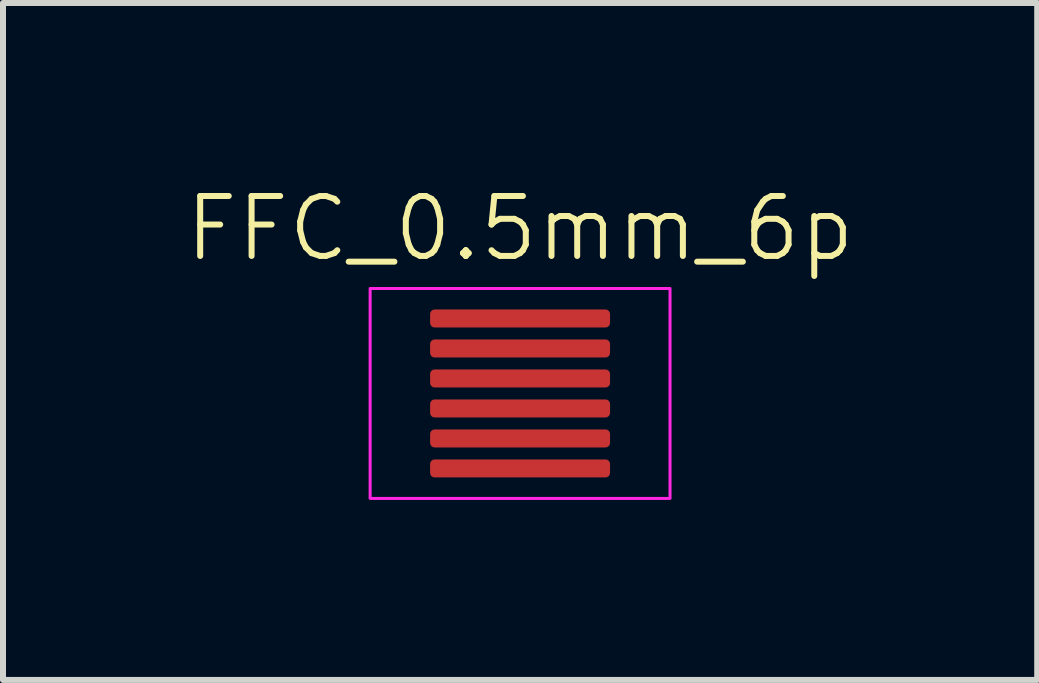
<source format=kicad_pcb>
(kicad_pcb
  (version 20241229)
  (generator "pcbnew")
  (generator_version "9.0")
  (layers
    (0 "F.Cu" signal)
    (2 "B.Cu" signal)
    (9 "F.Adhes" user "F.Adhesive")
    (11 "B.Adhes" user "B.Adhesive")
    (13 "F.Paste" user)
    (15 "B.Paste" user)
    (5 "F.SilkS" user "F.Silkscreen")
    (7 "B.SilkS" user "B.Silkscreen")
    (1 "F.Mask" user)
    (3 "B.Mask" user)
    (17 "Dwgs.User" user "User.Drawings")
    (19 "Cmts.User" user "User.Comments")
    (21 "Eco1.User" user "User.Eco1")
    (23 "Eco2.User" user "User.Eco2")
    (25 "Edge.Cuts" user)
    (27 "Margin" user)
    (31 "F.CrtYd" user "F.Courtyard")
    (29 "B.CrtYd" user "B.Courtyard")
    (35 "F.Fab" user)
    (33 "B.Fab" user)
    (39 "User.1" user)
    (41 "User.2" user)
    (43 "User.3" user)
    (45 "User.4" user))
  (footprint "FFC_0.5mm_6p"
    (layer "F.Cu")
    (at 5.621 2.26)
    (property "Reference" "FFC_0.5mm_6p" (at 0 -1.5 0) (unlocked yes) (layer "F.SilkS") (effects (font (size 1 1) (thickness 0.1))))
    (attr exclude_from_pos_files exclude_from_bom)
    (fp_rect (start -2.5 -0.5) (end 2.5 3) (stroke (width 0.05) (type default)) (fill no) (layer "F.CrtYd"))
    (pad "1" smd roundrect (at 0 0) (size 3 0.3) (layers "F.Cu" "F.Mask") (roundrect_rratio 0.25))
    (pad "2" smd roundrect (at 0 0.5) (size 3 0.3) (layers "F.Cu" "F.Mask") (roundrect_rratio 0.25))
    (pad "3" smd roundrect (at 0 1) (size 3 0.3) (layers "F.Cu" "F.Mask") (roundrect_rratio 0.25))
    (pad "4" smd roundrect (at 0 1.5) (size 3 0.3) (layers "F.Cu" "F.Mask") (roundrect_rratio 0.25))
    (pad "5" smd roundrect (at 0 2) (size 3 0.3) (layers "F.Cu" "F.Mask") (roundrect_rratio 0.25))
    (pad "6" smd roundrect (at 0 2.5) (size 3 0.3) (layers "F.Cu" "F.Mask") (roundrect_rratio 0.25)))
  (gr_rect
    (start -3 -3)
    (end 14.243 8.286)
    (stroke (width 0.1) (type default))
    (fill no)
    (layer "Edge.Cuts")))
</source>
